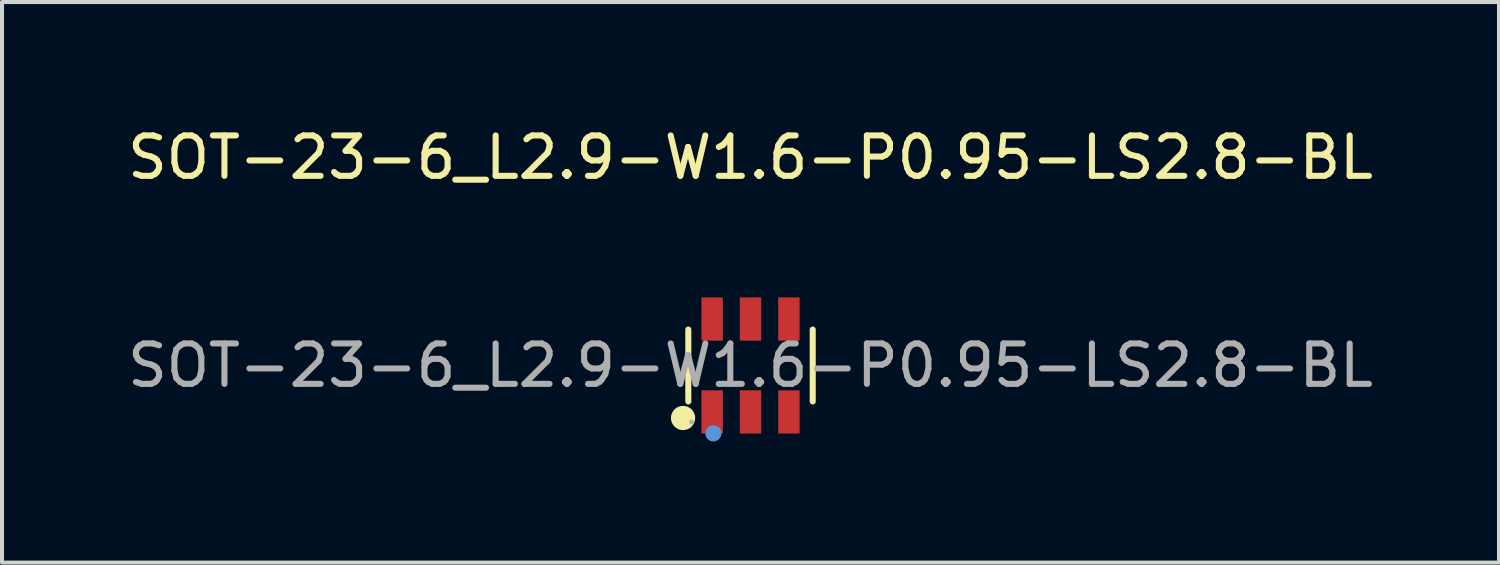
<source format=kicad_pcb>
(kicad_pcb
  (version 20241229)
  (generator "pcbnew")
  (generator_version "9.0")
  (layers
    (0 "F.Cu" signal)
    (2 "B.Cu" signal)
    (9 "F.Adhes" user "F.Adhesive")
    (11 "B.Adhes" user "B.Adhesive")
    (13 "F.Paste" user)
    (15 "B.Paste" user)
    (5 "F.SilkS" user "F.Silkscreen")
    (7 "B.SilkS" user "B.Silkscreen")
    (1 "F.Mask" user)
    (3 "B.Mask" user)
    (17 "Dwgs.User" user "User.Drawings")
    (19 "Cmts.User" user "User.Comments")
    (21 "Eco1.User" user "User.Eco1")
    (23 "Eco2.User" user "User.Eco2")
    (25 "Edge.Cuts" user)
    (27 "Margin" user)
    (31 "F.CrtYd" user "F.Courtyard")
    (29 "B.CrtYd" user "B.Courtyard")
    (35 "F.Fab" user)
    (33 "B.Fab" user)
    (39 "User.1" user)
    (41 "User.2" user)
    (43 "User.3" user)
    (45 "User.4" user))
  (footprint "SOT-23-6_L2.9-W1.6-P0.95-LS2.8-BL"
    (layer "F.Cu")
    (at 15.53 5.998)
    (property "Reference" "SOT-23-6_L2.9-W1.6-P0.95-LS2.8-BL" (at 0 -5.15 0) (layer "F.SilkS") (effects (font (size 1 1) (thickness 0.15))))
    (attr through_hole)
    (fp_line (start -1.54 0.89) (end -1.54 -0.89) (stroke (width 0.15) (type solid)) (layer "F.SilkS"))
    (fp_line (start 1.54 0.89) (end 1.54 -0.89) (stroke (width 0.15) (type solid)) (layer "F.SilkS"))
    (fp_circle (center -1.67 1.3) (end -1.52 1.3) (stroke (width 0.3) (type solid)) (fill no) (layer "F.SilkS"))
    (fp_circle (center -0.92 1.68) (end -0.82 1.68) (stroke (width 0.2) (type solid)) (fill no) (layer "Cmts.User"))
    (fp_circle (center -1.46 1.4) (end -1.43 1.4) (stroke (width 0.06) (type solid)) (fill no) (layer "F.Fab"))
    (fp_text user "${REFERENCE}" (at 0 0 0) (layer "F.Fab") (effects (font (size 1 1) (thickness 0.15))))
    (pad "1" smd rect (at -0.95 1.15) (size 0.53 1.07) (layers "F.Cu" "F.Mask" "F.Paste"))
    (pad "2" smd rect (at 0 1.15) (size 0.53 1.07) (layers "F.Cu" "F.Mask" "F.Paste"))
    (pad "3" smd rect (at 0.95 1.15) (size 0.53 1.07) (layers "F.Cu" "F.Mask" "F.Paste"))
    (pad "4" smd rect (at 0.95 -1.15) (size 0.53 1.07) (layers "F.Cu" "F.Mask" "F.Paste"))
    (pad "5" smd rect (at 0 -1.15) (size 0.53 1.07) (layers "F.Cu" "F.Mask" "F.Paste"))
    (pad "6" smd rect (at -0.95 -1.15) (size 0.53 1.07) (layers "F.Cu" "F.Mask" "F.Paste")))
  (gr_rect
    (start -3 -3)
    (end 34.06 10.878)
    (stroke (width 0.1) (type default))
    (fill no)
    (layer "Edge.Cuts")))
</source>
